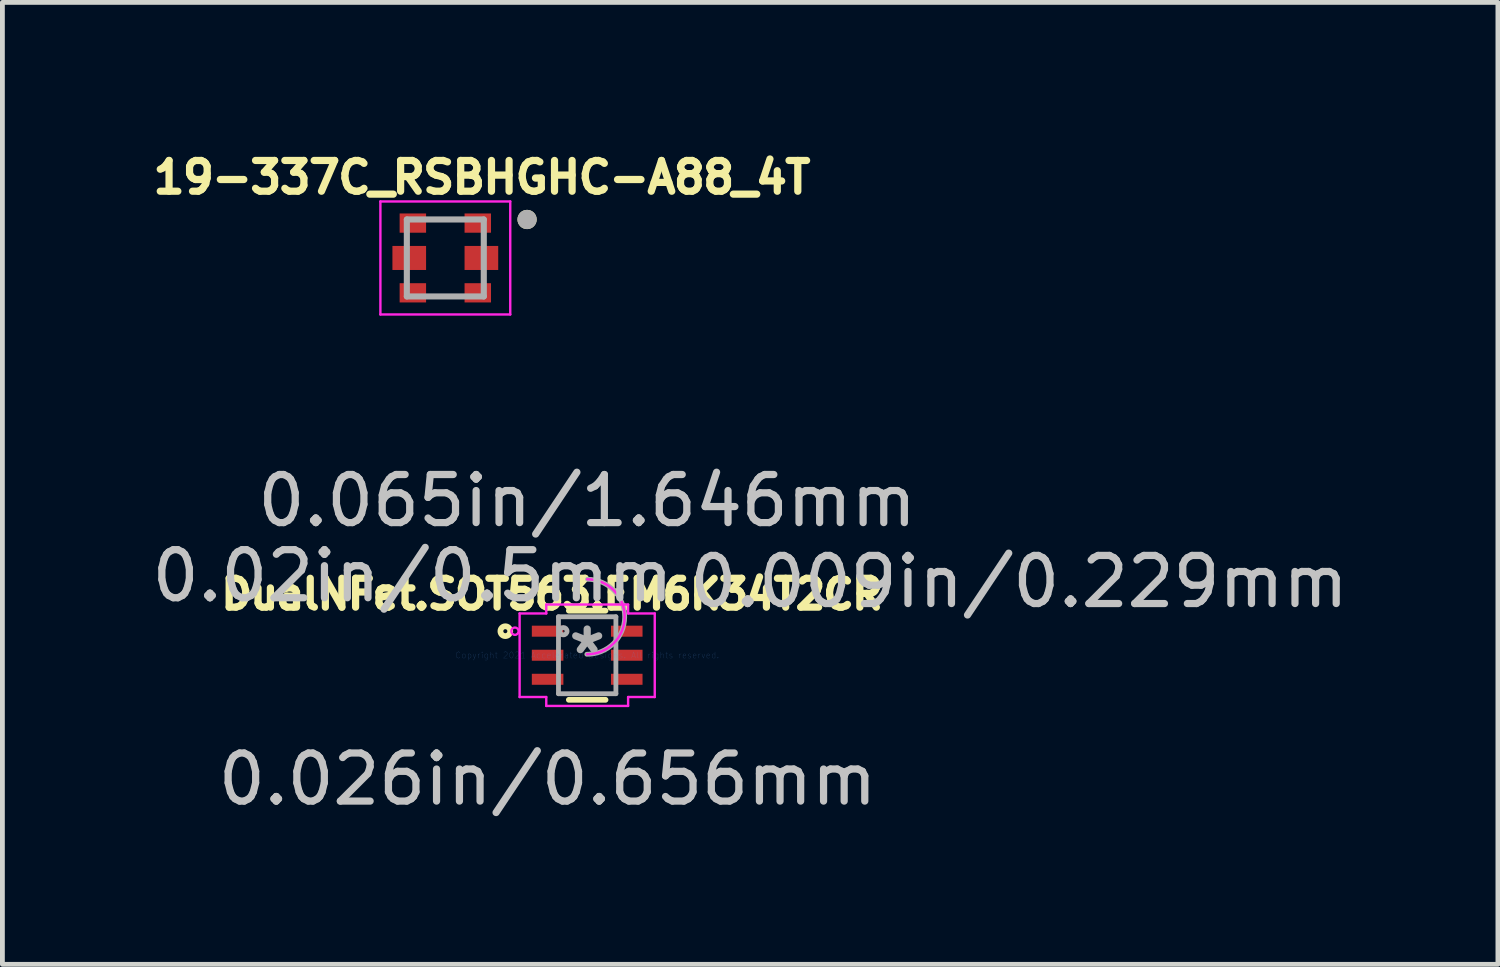
<source format=kicad_pcb>
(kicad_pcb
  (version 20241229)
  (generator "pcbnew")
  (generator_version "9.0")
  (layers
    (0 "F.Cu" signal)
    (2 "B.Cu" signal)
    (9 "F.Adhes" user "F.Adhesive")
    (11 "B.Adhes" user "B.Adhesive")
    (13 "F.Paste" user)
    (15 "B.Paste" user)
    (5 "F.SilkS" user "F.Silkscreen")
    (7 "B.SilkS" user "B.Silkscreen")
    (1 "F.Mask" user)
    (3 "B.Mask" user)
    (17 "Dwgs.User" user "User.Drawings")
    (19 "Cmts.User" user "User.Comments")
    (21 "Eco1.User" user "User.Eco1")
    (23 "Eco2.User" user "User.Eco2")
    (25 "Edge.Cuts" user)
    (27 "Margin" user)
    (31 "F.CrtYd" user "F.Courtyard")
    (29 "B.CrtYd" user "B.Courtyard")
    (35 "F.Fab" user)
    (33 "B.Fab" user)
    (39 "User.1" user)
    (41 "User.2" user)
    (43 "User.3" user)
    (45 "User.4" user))
  (footprint "DualNFet.SOT563.EM6K34T2CR"
    (layer "F.Cu")
    (at 9.16 10.575)
    (property "Reference" "DualNFet.SOT563.EM6K34T2CR" (at -0.73 -1.27 0) (layer "F.SilkS") (effects (font (size 0.6 0.6) (thickness 0.15))))
    (attr through_hole)
    (fp_line (start -0.381 0.927) (end 0.381 0.927) (stroke (width 0.12) (type solid)) (layer "F.SilkS"))
    (fp_line (start 0.381 -0.927) (end -0.381 -0.927) (stroke (width 0.12) (type solid)) (layer "F.SilkS"))
    (fp_circle (center -1.702 -0.5) (end -1.6 -0.5) (stroke (width 0.12) (type solid)) (fill no) (layer "F.SilkS"))
    (fp_line (start -1.405 -0.869) (end -0.851 -0.869) (stroke (width 0.05) (type solid)) (layer "F.CrtYd"))
    (fp_line (start -1.405 0.869) (end -1.405 -0.869) (stroke (width 0.05) (type solid)) (layer "F.CrtYd"))
    (fp_line (start -0.851 -1.054) (end 0.851 -1.054) (stroke (width 0.05) (type solid)) (layer "F.CrtYd"))
    (fp_line (start -0.851 -0.869) (end -0.851 -1.054) (stroke (width 0.05) (type solid)) (layer "F.CrtYd"))
    (fp_line (start -0.851 0.869) (end -1.405 0.869) (stroke (width 0.05) (type solid)) (layer "F.CrtYd"))
    (fp_line (start -0.851 1.054) (end -0.851 0.869) (stroke (width 0.05) (type solid)) (layer "F.CrtYd"))
    (fp_line (start 0.851 -1.054) (end 0.851 -0.869) (stroke (width 0.05) (type solid)) (layer "F.CrtYd"))
    (fp_line (start 0.851 -0.869) (end 1.405 -0.869) (stroke (width 0.05) (type solid)) (layer "F.CrtYd"))
    (fp_line (start 0.851 0.869) (end 0.851 1.054) (stroke (width 0.05) (type solid)) (layer "F.CrtYd"))
    (fp_line (start 0.851 1.054) (end -0.851 1.054) (stroke (width 0.05) (type solid)) (layer "F.CrtYd"))
    (fp_line (start 1.405 -0.869) (end 1.405 0.869) (stroke (width 0.05) (type solid)) (layer "F.CrtYd"))
    (fp_line (start 1.405 0.869) (end 0.851 0.869) (stroke (width 0.05) (type solid)) (layer "F.CrtYd"))
    (fp_arc (start 0.002527 -1.579878) (mid 0.779778 -0.797573) (end -0.002527 -0.020322) (stroke (width 0.05) (type solid)) (layer "F.CrtYd"))
    (fp_circle (center -1.502 -0.5) (end -1.426 -0.5) (stroke (width 0.05) (type solid)) (fill no) (layer "F.CrtYd"))
    (fp_line (start -0.597 -0.8) (end -0.597 0.8) (stroke (width 0.1) (type solid)) (layer "F.Fab"))
    (fp_line (start -0.597 0.8) (end 0.597 0.8) (stroke (width 0.1) (type solid)) (layer "F.Fab"))
    (fp_line (start 0.597 -0.8) (end -0.597 -0.8) (stroke (width 0.1) (type solid)) (layer "F.Fab"))
    (fp_line (start 0.597 0.8) (end 0.597 -0.8) (stroke (width 0.1) (type solid)) (layer "F.Fab"))
    (fp_arc (start 0.007742 -1.579878) (mid 0.779778 -0.792358) (end -0.007742 -0.020322) (stroke (width 0.1) (type solid)) (layer "F.Fab"))
    (fp_circle (center -0.495 -0.5) (end -0.419 -0.5) (stroke (width 0.1) (type solid)) (fill no) (layer "F.Fab"))
    (fp_text user "0.026in/0.656mm" (at -0.823 2.578 0) (layer "Dwgs.User") (effects (font (size 1 1) (thickness 0.15))))
    (fp_text user "0.02in/0.5mm" (at -3.63 -1.65 0) (layer "Dwgs.User") (effects (font (size 1 1) (thickness 0.15))))
    (fp_text user "0.065in/1.646mm" (at 0 -3.213 0) (layer "Dwgs.User") (effects (font (size 1 1) (thickness 0.15))))
    (fp_text user "0.009in/0.229mm" (at 8.98 -1.53 0) (layer "Dwgs.User") (effects (font (size 1 1) (thickness 0.15))))
    (fp_text user "Copyright 2021 Accelerated Designs. All rights reserved." (at 0 0 0) (layer "Cmts.User") (effects (font (size 0.127 0.127) (thickness 0.002))))
    (fp_text user "*" (at 0 0 0) (layer "F.Fab") (effects (font (size 1 1) (thickness 0.15))))
    (pad "1" smd rect (at -0.823 -0.5) (size 0.656 0.229) (layers "F.Cu" "F.Mask" "F.Paste"))
    (pad "2" smd rect (at -0.823 0) (size 0.656 0.229) (layers "F.Cu" "F.Mask" "F.Paste"))
    (pad "3" smd rect (at -0.823 0.5) (size 0.656 0.229) (layers "F.Cu" "F.Mask" "F.Paste"))
    (pad "4" smd rect (at 0.823 0.5) (size 0.656 0.229) (layers "F.Cu" "F.Mask" "F.Paste"))
    (pad "5" smd rect (at 0.823 0) (size 0.656 0.229) (layers "F.Cu" "F.Mask" "F.Paste"))
    (pad "6" smd rect (at 0.823 -0.5) (size 0.656 0.229) (layers "F.Cu" "F.Mask" "F.Paste")))
  (footprint "19-337C_RSBHGHC-A88_4T"
    (layer "F.Cu")
    (at 6.21 2.314)
    (property "Reference" "19-337C_RSBHGHC-A88_4T" (at 0.762 -1.676 0) (layer "F.SilkS") (effects (font (size 0.64 0.64) (thickness 0.15))))
    (attr through_hole)
    (fp_circle (center 1.7 -0.8) (end 1.8 -0.8) (stroke (width 0.2) (type solid)) (fill no) (layer "F.SilkS"))
    (fp_line (start -1.35 -1.175) (end 1.35 -1.175) (stroke (width 0.05) (type solid)) (layer "F.CrtYd"))
    (fp_line (start -1.35 1.175) (end -1.35 -1.175) (stroke (width 0.05) (type solid)) (layer "F.CrtYd"))
    (fp_line (start 1.35 -1.175) (end 1.35 1.175) (stroke (width 0.05) (type solid)) (layer "F.CrtYd"))
    (fp_line (start 1.35 1.175) (end -1.35 1.175) (stroke (width 0.05) (type solid)) (layer "F.CrtYd"))
    (fp_line (start -0.8 -0.8) (end 0.8 -0.8) (stroke (width 0.127) (type solid)) (layer "F.Fab"))
    (fp_line (start -0.8 0.8) (end -0.8 -0.8) (stroke (width 0.127) (type solid)) (layer "F.Fab"))
    (fp_line (start 0.8 -0.8) (end 0.8 0.8) (stroke (width 0.127) (type solid)) (layer "F.Fab"))
    (fp_line (start 0.8 0.8) (end -0.8 0.8) (stroke (width 0.127) (type solid)) (layer "F.Fab"))
    (fp_circle (center 1.7 -0.8) (end 1.8 -0.8) (stroke (width 0.2) (type solid)) (fill no) (layer "F.Fab"))
    (pad "1" smd rect (at 0.675 -0.725) (size 0.55 0.4) (layers "F.Cu" "F.Mask" "F.Paste"))
    (pad "2" smd rect (at -0.675 -0.725) (size 0.55 0.4) (layers "F.Cu" "F.Mask" "F.Paste"))
    (pad "3" smd rect (at 0.75 0) (size 0.7 0.5) (layers "F.Cu" "F.Mask" "F.Paste"))
    (pad "4" smd rect (at -0.75 0) (size 0.7 0.5) (layers "F.Cu" "F.Mask" "F.Paste"))
    (pad "5" smd rect (at 0.675 0.725) (size 0.55 0.4) (layers "F.Cu" "F.Mask" "F.Paste"))
    (pad "6" smd rect (at -0.675 0.725) (size 0.55 0.4) (layers "F.Cu" "F.Mask" "F.Paste")))
  (gr_rect
    (start -3 -3)
    (end 28.098 17.002)
    (stroke (width 0.1) (type default))
    (fill no)
    (layer "Edge.Cuts")))
</source>
